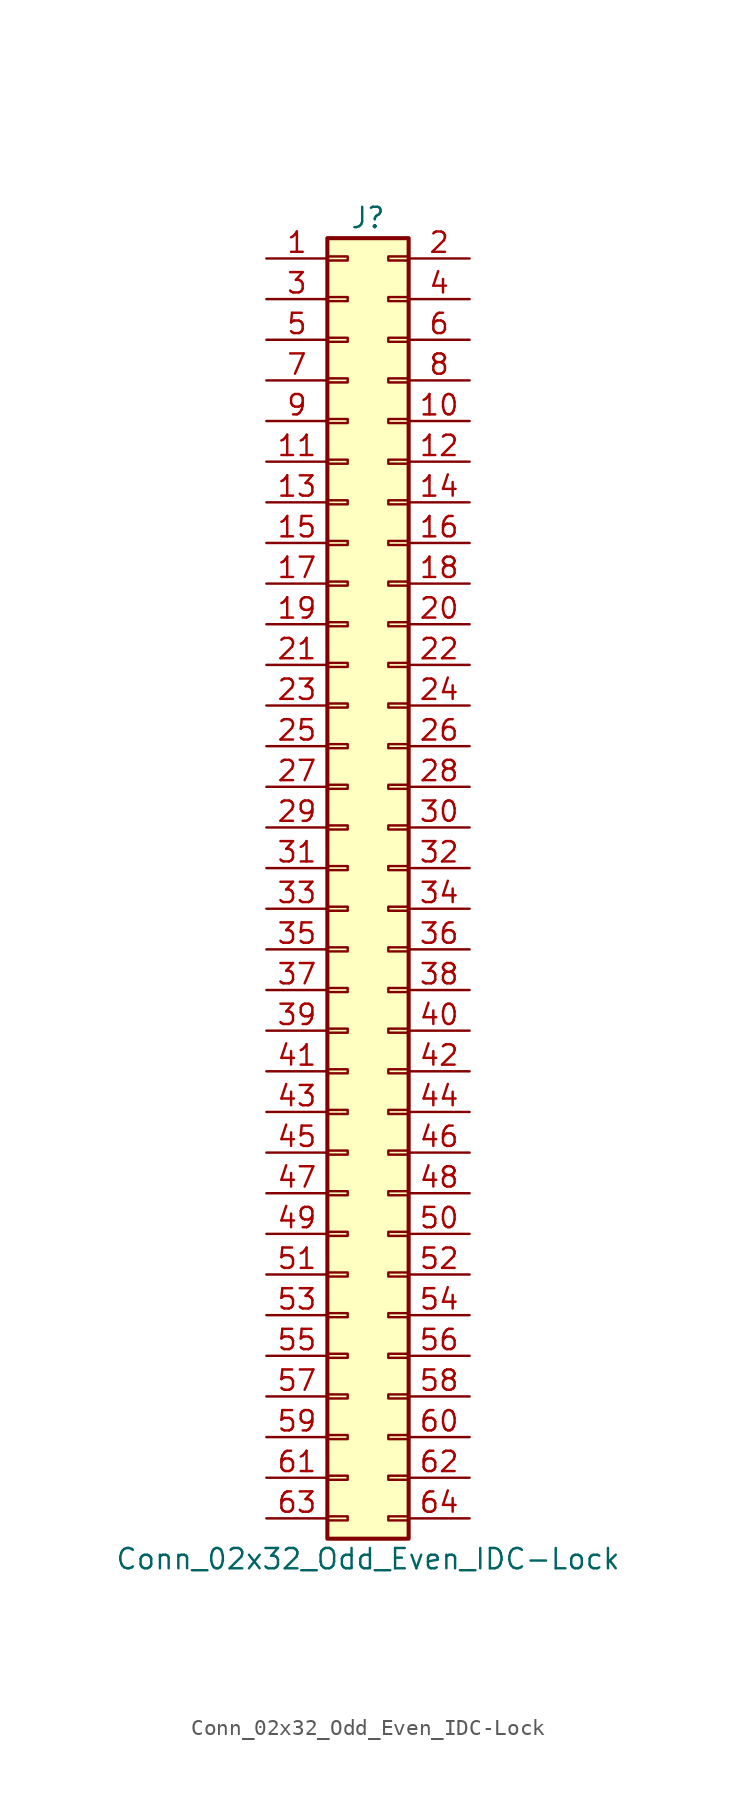
<source format=kicad_sym>
(kicad_symbol_lib
  (version 20211014)
  (generator kicad_symbol_editor)
  (symbol "Conn_02x32_Odd_Even_IDC-Lock"
    (pin_names
      (offset 1.016) hide)
    (property "Reference" "J"
      (at 1.27 40.64 0)
      (effects (font (size 1.27 1.27))))
    (property "Value" "Conn_02x32_Odd_Even_IDC-Lock"
      (at 1.27 -43.18 0)
      (effects (font (size 1.27 1.27))))
    (symbol "Conn_02x32_Odd_Even_IDC-Lock_1_1"
      (rectangle (start -1.27 -40.513) (end 0 -40.767) (stroke (width 0.152) (type default) (color 0 0 0 0)) (fill (type none)))
      (rectangle (start -1.27 -37.973) (end 0 -38.227) (stroke (width 0.152) (type default) (color 0 0 0 0)) (fill (type none)))
      (rectangle (start -1.27 -35.433) (end 0 -35.687) (stroke (width 0.152) (type default) (color 0 0 0 0)) (fill (type none)))
      (rectangle (start -1.27 -32.893) (end 0 -33.147) (stroke (width 0.152) (type default) (color 0 0 0 0)) (fill (type none)))
      (rectangle (start -1.27 -30.353) (end 0 -30.607) (stroke (width 0.152) (type default) (color 0 0 0 0)) (fill (type none)))
      (rectangle (start -1.27 -27.813) (end 0 -28.067) (stroke (width 0.152) (type default) (color 0 0 0 0)) (fill (type none)))
      (rectangle (start -1.27 -25.273) (end 0 -25.527) (stroke (width 0.152) (type default) (color 0 0 0 0)) (fill (type none)))
      (rectangle (start -1.27 -22.733) (end 0 -22.987) (stroke (width 0.152) (type default) (color 0 0 0 0)) (fill (type none)))
      (rectangle (start -1.27 -20.193) (end 0 -20.447) (stroke (width 0.152) (type default) (color 0 0 0 0)) (fill (type none)))
      (rectangle (start -1.27 -17.653) (end 0 -17.907) (stroke (width 0.152) (type default) (color 0 0 0 0)) (fill (type none)))
      (rectangle (start -1.27 -15.113) (end 0 -15.367) (stroke (width 0.152) (type default) (color 0 0 0 0)) (fill (type none)))
      (rectangle (start -1.27 -12.573) (end 0 -12.827) (stroke (width 0.152) (type default) (color 0 0 0 0)) (fill (type none)))
      (rectangle (start -1.27 -10.033) (end 0 -10.287) (stroke (width 0.152) (type default) (color 0 0 0 0)) (fill (type none)))
      (rectangle (start -1.27 -7.493) (end 0 -7.747) (stroke (width 0.152) (type default) (color 0 0 0 0)) (fill (type none)))
      (rectangle (start -1.27 -4.953) (end 0 -5.207) (stroke (width 0.152) (type default) (color 0 0 0 0)) (fill (type none)))
      (rectangle (start -1.27 -2.413) (end 0 -2.667) (stroke (width 0.152) (type default) (color 0 0 0 0)) (fill (type none)))
      (rectangle (start -1.27 0.127) (end 0 -0.127) (stroke (width 0.152) (type default) (color 0 0 0 0)) (fill (type none)))
      (rectangle (start -1.27 2.667) (end 0 2.413) (stroke (width 0.152) (type default) (color 0 0 0 0)) (fill (type none)))
      (rectangle (start -1.27 5.207) (end 0 4.953) (stroke (width 0.152) (type default) (color 0 0 0 0)) (fill (type none)))
      (rectangle (start -1.27 7.747) (end 0 7.493) (stroke (width 0.152) (type default) (color 0 0 0 0)) (fill (type none)))
      (rectangle (start -1.27 10.287) (end 0 10.033) (stroke (width 0.152) (type default) (color 0 0 0 0)) (fill (type none)))
      (rectangle (start -1.27 12.827) (end 0 12.573) (stroke (width 0.152) (type default) (color 0 0 0 0)) (fill (type none)))
      (rectangle (start -1.27 15.367) (end 0 15.113) (stroke (width 0.152) (type default) (color 0 0 0 0)) (fill (type none)))
      (rectangle (start -1.27 17.907) (end 0 17.653) (stroke (width 0.152) (type default) (color 0 0 0 0)) (fill (type none)))
      (rectangle (start -1.27 20.447) (end 0 20.193) (stroke (width 0.152) (type default) (color 0 0 0 0)) (fill (type none)))
      (rectangle (start -1.27 22.987) (end 0 22.733) (stroke (width 0.152) (type default) (color 0 0 0 0)) (fill (type none)))
      (rectangle (start -1.27 25.527) (end 0 25.273) (stroke (width 0.152) (type default) (color 0 0 0 0)) (fill (type none)))
      (rectangle (start -1.27 28.067) (end 0 27.813) (stroke (width 0.152) (type default) (color 0 0 0 0)) (fill (type none)))
      (rectangle (start -1.27 30.607) (end 0 30.353) (stroke (width 0.152) (type default) (color 0 0 0 0)) (fill (type none)))
      (rectangle (start -1.27 33.147) (end 0 32.893) (stroke (width 0.152) (type default) (color 0 0 0 0)) (fill (type none)))
      (rectangle (start -1.27 35.687) (end 0 35.433) (stroke (width 0.152) (type default) (color 0 0 0 0)) (fill (type none)))
      (rectangle (start -1.27 38.227) (end 0 37.973) (stroke (width 0.152) (type default) (color 0 0 0 0)) (fill (type none)))
      (rectangle (start -1.27 39.37) (end 3.81 -41.91) (stroke (width 0.254) (type default) (color 0 0 0 0)) (fill (type background)))
      (rectangle (start 3.81 -40.513) (end 2.54 -40.767) (stroke (width 0.152) (type default) (color 0 0 0 0)) (fill (type none)))
      (rectangle (start 3.81 -37.973) (end 2.54 -38.227) (stroke (width 0.152) (type default) (color 0 0 0 0)) (fill (type none)))
      (rectangle (start 3.81 -35.433) (end 2.54 -35.687) (stroke (width 0.152) (type default) (color 0 0 0 0)) (fill (type none)))
      (rectangle (start 3.81 -32.893) (end 2.54 -33.147) (stroke (width 0.152) (type default) (color 0 0 0 0)) (fill (type none)))
      (rectangle (start 3.81 -30.353) (end 2.54 -30.607) (stroke (width 0.152) (type default) (color 0 0 0 0)) (fill (type none)))
      (rectangle (start 3.81 -27.813) (end 2.54 -28.067) (stroke (width 0.152) (type default) (color 0 0 0 0)) (fill (type none)))
      (rectangle (start 3.81 -25.273) (end 2.54 -25.527) (stroke (width 0.152) (type default) (color 0 0 0 0)) (fill (type none)))
      (rectangle (start 3.81 -22.733) (end 2.54 -22.987) (stroke (width 0.152) (type default) (color 0 0 0 0)) (fill (type none)))
      (rectangle (start 3.81 -20.193) (end 2.54 -20.447) (stroke (width 0.152) (type default) (color 0 0 0 0)) (fill (type none)))
      (rectangle (start 3.81 -17.653) (end 2.54 -17.907) (stroke (width 0.152) (type default) (color 0 0 0 0)) (fill (type none)))
      (rectangle (start 3.81 -15.113) (end 2.54 -15.367) (stroke (width 0.152) (type default) (color 0 0 0 0)) (fill (type none)))
      (rectangle (start 3.81 -12.573) (end 2.54 -12.827) (stroke (width 0.152) (type default) (color 0 0 0 0)) (fill (type none)))
      (rectangle (start 3.81 -10.033) (end 2.54 -10.287) (stroke (width 0.152) (type default) (color 0 0 0 0)) (fill (type none)))
      (rectangle (start 3.81 -7.493) (end 2.54 -7.747) (stroke (width 0.152) (type default) (color 0 0 0 0)) (fill (type none)))
      (rectangle (start 3.81 -4.953) (end 2.54 -5.207) (stroke (width 0.152) (type default) (color 0 0 0 0)) (fill (type none)))
      (rectangle (start 3.81 -2.413) (end 2.54 -2.667) (stroke (width 0.152) (type default) (color 0 0 0 0)) (fill (type none)))
      (rectangle (start 3.81 0.127) (end 2.54 -0.127) (stroke (width 0.152) (type default) (color 0 0 0 0)) (fill (type none)))
      (rectangle (start 3.81 2.667) (end 2.54 2.413) (stroke (width 0.152) (type default) (color 0 0 0 0)) (fill (type none)))
      (rectangle (start 3.81 5.207) (end 2.54 4.953) (stroke (width 0.152) (type default) (color 0 0 0 0)) (fill (type none)))
      (rectangle (start 3.81 7.747) (end 2.54 7.493) (stroke (width 0.152) (type default) (color 0 0 0 0)) (fill (type none)))
      (rectangle (start 3.81 10.287) (end 2.54 10.033) (stroke (width 0.152) (type default) (color 0 0 0 0)) (fill (type none)))
      (rectangle (start 3.81 12.827) (end 2.54 12.573) (stroke (width 0.152) (type default) (color 0 0 0 0)) (fill (type none)))
      (rectangle (start 3.81 15.367) (end 2.54 15.113) (stroke (width 0.152) (type default) (color 0 0 0 0)) (fill (type none)))
      (rectangle (start 3.81 17.907) (end 2.54 17.653) (stroke (width 0.152) (type default) (color 0 0 0 0)) (fill (type none)))
      (rectangle (start 3.81 20.447) (end 2.54 20.193) (stroke (width 0.152) (type default) (color 0 0 0 0)) (fill (type none)))
      (rectangle (start 3.81 22.987) (end 2.54 22.733) (stroke (width 0.152) (type default) (color 0 0 0 0)) (fill (type none)))
      (rectangle (start 3.81 25.527) (end 2.54 25.273) (stroke (width 0.152) (type default) (color 0 0 0 0)) (fill (type none)))
      (rectangle (start 3.81 28.067) (end 2.54 27.813) (stroke (width 0.152) (type default) (color 0 0 0 0)) (fill (type none)))
      (rectangle (start 3.81 30.607) (end 2.54 30.353) (stroke (width 0.152) (type default) (color 0 0 0 0)) (fill (type none)))
      (rectangle (start 3.81 33.147) (end 2.54 32.893) (stroke (width 0.152) (type default) (color 0 0 0 0)) (fill (type none)))
      (rectangle (start 3.81 35.687) (end 2.54 35.433) (stroke (width 0.152) (type default) (color 0 0 0 0)) (fill (type none)))
      (rectangle (start 3.81 38.227) (end 2.54 37.973) (stroke (width 0.152) (type default) (color 0 0 0 0)) (fill (type none)))
      (pin passive line (at -5.08 38.1 0) (length 3.81) (name "Pin_1" (effects (font (size 1.27 1.27)))) (number "1" (effects (font (size 1.27 1.27)))))
      (pin passive line (at 7.62 27.94 180) (length 3.81) (name "Pin_10" (effects (font (size 1.27 1.27)))) (number "10" (effects (font (size 1.27 1.27)))))
      (pin passive line (at -5.08 25.4 0) (length 3.81) (name "Pin_11" (effects (font (size 1.27 1.27)))) (number "11" (effects (font (size 1.27 1.27)))))
      (pin passive line (at 7.62 25.4 180) (length 3.81) (name "Pin_12" (effects (font (size 1.27 1.27)))) (number "12" (effects (font (size 1.27 1.27)))))
      (pin passive line (at -5.08 22.86 0) (length 3.81) (name "Pin_13" (effects (font (size 1.27 1.27)))) (number "13" (effects (font (size 1.27 1.27)))))
      (pin passive line (at 7.62 22.86 180) (length 3.81) (name "Pin_14" (effects (font (size 1.27 1.27)))) (number "14" (effects (font (size 1.27 1.27)))))
      (pin passive line (at -5.08 20.32 0) (length 3.81) (name "Pin_15" (effects (font (size 1.27 1.27)))) (number "15" (effects (font (size 1.27 1.27)))))
      (pin passive line (at 7.62 20.32 180) (length 3.81) (name "Pin_16" (effects (font (size 1.27 1.27)))) (number "16" (effects (font (size 1.27 1.27)))))
      (pin passive line (at -5.08 17.78 0) (length 3.81) (name "Pin_17" (effects (font (size 1.27 1.27)))) (number "17" (effects (font (size 1.27 1.27)))))
      (pin passive line (at 7.62 17.78 180) (length 3.81) (name "Pin_18" (effects (font (size 1.27 1.27)))) (number "18" (effects (font (size 1.27 1.27)))))
      (pin passive line (at -5.08 15.24 0) (length 3.81) (name "Pin_19" (effects (font (size 1.27 1.27)))) (number "19" (effects (font (size 1.27 1.27)))))
      (pin passive line (at 7.62 38.1 180) (length 3.81) (name "Pin_2" (effects (font (size 1.27 1.27)))) (number "2" (effects (font (size 1.27 1.27)))))
      (pin passive line (at 7.62 15.24 180) (length 3.81) (name "Pin_20" (effects (font (size 1.27 1.27)))) (number "20" (effects (font (size 1.27 1.27)))))
      (pin passive line (at -5.08 12.7 0) (length 3.81) (name "Pin_21" (effects (font (size 1.27 1.27)))) (number "21" (effects (font (size 1.27 1.27)))))
      (pin passive line (at 7.62 12.7 180) (length 3.81) (name "Pin_22" (effects (font (size 1.27 1.27)))) (number "22" (effects (font (size 1.27 1.27)))))
      (pin passive line (at -5.08 10.16 0) (length 3.81) (name "Pin_23" (effects (font (size 1.27 1.27)))) (number "23" (effects (font (size 1.27 1.27)))))
      (pin passive line (at 7.62 10.16 180) (length 3.81) (name "Pin_24" (effects (font (size 1.27 1.27)))) (number "24" (effects (font (size 1.27 1.27)))))
      (pin passive line (at -5.08 7.62 0) (length 3.81) (name "Pin_25" (effects (font (size 1.27 1.27)))) (number "25" (effects (font (size 1.27 1.27)))))
      (pin passive line (at 7.62 7.62 180) (length 3.81) (name "Pin_26" (effects (font (size 1.27 1.27)))) (number "26" (effects (font (size 1.27 1.27)))))
      (pin passive line (at -5.08 5.08 0) (length 3.81) (name "Pin_27" (effects (font (size 1.27 1.27)))) (number "27" (effects (font (size 1.27 1.27)))))
      (pin passive line (at 7.62 5.08 180) (length 3.81) (name "Pin_28" (effects (font (size 1.27 1.27)))) (number "28" (effects (font (size 1.27 1.27)))))
      (pin passive line (at -5.08 2.54 0) (length 3.81) (name "Pin_29" (effects (font (size 1.27 1.27)))) (number "29" (effects (font (size 1.27 1.27)))))
      (pin passive line (at -5.08 35.56 0) (length 3.81) (name "Pin_3" (effects (font (size 1.27 1.27)))) (number "3" (effects (font (size 1.27 1.27)))))
      (pin passive line (at 7.62 2.54 180) (length 3.81) (name "Pin_30" (effects (font (size 1.27 1.27)))) (number "30" (effects (font (size 1.27 1.27)))))
      (pin passive line (at -5.08 0 0) (length 3.81) (name "Pin_31" (effects (font (size 1.27 1.27)))) (number "31" (effects (font (size 1.27 1.27)))))
      (pin passive line (at 7.62 0 180) (length 3.81) (name "Pin_32" (effects (font (size 1.27 1.27)))) (number "32" (effects (font (size 1.27 1.27)))))
      (pin passive line (at -5.08 -2.54 0) (length 3.81) (name "Pin_33" (effects (font (size 1.27 1.27)))) (number "33" (effects (font (size 1.27 1.27)))))
      (pin passive line (at 7.62 -2.54 180) (length 3.81) (name "Pin_34" (effects (font (size 1.27 1.27)))) (number "34" (effects (font (size 1.27 1.27)))))
      (pin passive line (at -5.08 -5.08 0) (length 3.81) (name "Pin_35" (effects (font (size 1.27 1.27)))) (number "35" (effects (font (size 1.27 1.27)))))
      (pin passive line (at 7.62 -5.08 180) (length 3.81) (name "Pin_36" (effects (font (size 1.27 1.27)))) (number "36" (effects (font (size 1.27 1.27)))))
      (pin passive line (at -5.08 -7.62 0) (length 3.81) (name "Pin_37" (effects (font (size 1.27 1.27)))) (number "37" (effects (font (size 1.27 1.27)))))
      (pin passive line (at 7.62 -7.62 180) (length 3.81) (name "Pin_38" (effects (font (size 1.27 1.27)))) (number "38" (effects (font (size 1.27 1.27)))))
      (pin passive line (at -5.08 -10.16 0) (length 3.81) (name "Pin_39" (effects (font (size 1.27 1.27)))) (number "39" (effects (font (size 1.27 1.27)))))
      (pin passive line (at 7.62 35.56 180) (length 3.81) (name "Pin_4" (effects (font (size 1.27 1.27)))) (number "4" (effects (font (size 1.27 1.27)))))
      (pin passive line (at 7.62 -10.16 180) (length 3.81) (name "Pin_40" (effects (font (size 1.27 1.27)))) (number "40" (effects (font (size 1.27 1.27)))))
      (pin passive line (at -5.08 -12.7 0) (length 3.81) (name "Pin_41" (effects (font (size 1.27 1.27)))) (number "41" (effects (font (size 1.27 1.27)))))
      (pin passive line (at 7.62 -12.7 180) (length 3.81) (name "Pin_42" (effects (font (size 1.27 1.27)))) (number "42" (effects (font (size 1.27 1.27)))))
      (pin passive line (at -5.08 -15.24 0) (length 3.81) (name "Pin_43" (effects (font (size 1.27 1.27)))) (number "43" (effects (font (size 1.27 1.27)))))
      (pin passive line (at 7.62 -15.24 180) (length 3.81) (name "Pin_44" (effects (font (size 1.27 1.27)))) (number "44" (effects (font (size 1.27 1.27)))))
      (pin passive line (at -5.08 -17.78 0) (length 3.81) (name "Pin_45" (effects (font (size 1.27 1.27)))) (number "45" (effects (font (size 1.27 1.27)))))
      (pin passive line (at 7.62 -17.78 180) (length 3.81) (name "Pin_46" (effects (font (size 1.27 1.27)))) (number "46" (effects (font (size 1.27 1.27)))))
      (pin passive line (at -5.08 -20.32 0) (length 3.81) (name "Pin_47" (effects (font (size 1.27 1.27)))) (number "47" (effects (font (size 1.27 1.27)))))
      (pin passive line (at 7.62 -20.32 180) (length 3.81) (name "Pin_48" (effects (font (size 1.27 1.27)))) (number "48" (effects (font (size 1.27 1.27)))))
      (pin passive line (at -5.08 -22.86 0) (length 3.81) (name "Pin_49" (effects (font (size 1.27 1.27)))) (number "49" (effects (font (size 1.27 1.27)))))
      (pin passive line (at -5.08 33.02 0) (length 3.81) (name "Pin_5" (effects (font (size 1.27 1.27)))) (number "5" (effects (font (size 1.27 1.27)))))
      (pin passive line (at 7.62 -22.86 180) (length 3.81) (name "Pin_50" (effects (font (size 1.27 1.27)))) (number "50" (effects (font (size 1.27 1.27)))))
      (pin passive line (at -5.08 -25.4 0) (length 3.81) (name "Pin_51" (effects (font (size 1.27 1.27)))) (number "51" (effects (font (size 1.27 1.27)))))
      (pin passive line (at 7.62 -25.4 180) (length 3.81) (name "Pin_52" (effects (font (size 1.27 1.27)))) (number "52" (effects (font (size 1.27 1.27)))))
      (pin passive line (at -5.08 -27.94 0) (length 3.81) (name "Pin_53" (effects (font (size 1.27 1.27)))) (number "53" (effects (font (size 1.27 1.27)))))
      (pin passive line (at 7.62 -27.94 180) (length 3.81) (name "Pin_54" (effects (font (size 1.27 1.27)))) (number "54" (effects (font (size 1.27 1.27)))))
      (pin passive line (at -5.08 -30.48 0) (length 3.81) (name "Pin_55" (effects (font (size 1.27 1.27)))) (number "55" (effects (font (size 1.27 1.27)))))
      (pin passive line (at 7.62 -30.48 180) (length 3.81) (name "Pin_56" (effects (font (size 1.27 1.27)))) (number "56" (effects (font (size 1.27 1.27)))))
      (pin passive line (at -5.08 -33.02 0) (length 3.81) (name "Pin_57" (effects (font (size 1.27 1.27)))) (number "57" (effects (font (size 1.27 1.27)))))
      (pin passive line (at 7.62 -33.02 180) (length 3.81) (name "Pin_58" (effects (font (size 1.27 1.27)))) (number "58" (effects (font (size 1.27 1.27)))))
      (pin passive line (at -5.08 -35.56 0) (length 3.81) (name "Pin_59" (effects (font (size 1.27 1.27)))) (number "59" (effects (font (size 1.27 1.27)))))
      (pin passive line (at 7.62 33.02 180) (length 3.81) (name "Pin_6" (effects (font (size 1.27 1.27)))) (number "6" (effects (font (size 1.27 1.27)))))
      (pin passive line (at 7.62 -35.56 180) (length 3.81) (name "Pin_60" (effects (font (size 1.27 1.27)))) (number "60" (effects (font (size 1.27 1.27)))))
      (pin passive line (at -5.08 -38.1 0) (length 3.81) (name "Pin_61" (effects (font (size 1.27 1.27)))) (number "61" (effects (font (size 1.27 1.27)))))
      (pin passive line (at 7.62 -38.1 180) (length 3.81) (name "Pin_62" (effects (font (size 1.27 1.27)))) (number "62" (effects (font (size 1.27 1.27)))))
      (pin passive line (at -5.08 -40.64 0) (length 3.81) (name "Pin_63" (effects (font (size 1.27 1.27)))) (number "63" (effects (font (size 1.27 1.27)))))
      (pin passive line (at 7.62 -40.64 180) (length 3.81) (name "Pin_64" (effects (font (size 1.27 1.27)))) (number "64" (effects (font (size 1.27 1.27)))))
      (pin passive line (at -5.08 30.48 0) (length 3.81) (name "Pin_7" (effects (font (size 1.27 1.27)))) (number "7" (effects (font (size 1.27 1.27)))))
      (pin passive line (at 7.62 30.48 180) (length 3.81) (name "Pin_8" (effects (font (size 1.27 1.27)))) (number "8" (effects (font (size 1.27 1.27)))))
      (pin passive line (at -5.08 27.94 0) (length 3.81) (name "Pin_9" (effects (font (size 1.27 1.27)))) (number "9" (effects (font (size 1.27 1.27))))))))
</source>
